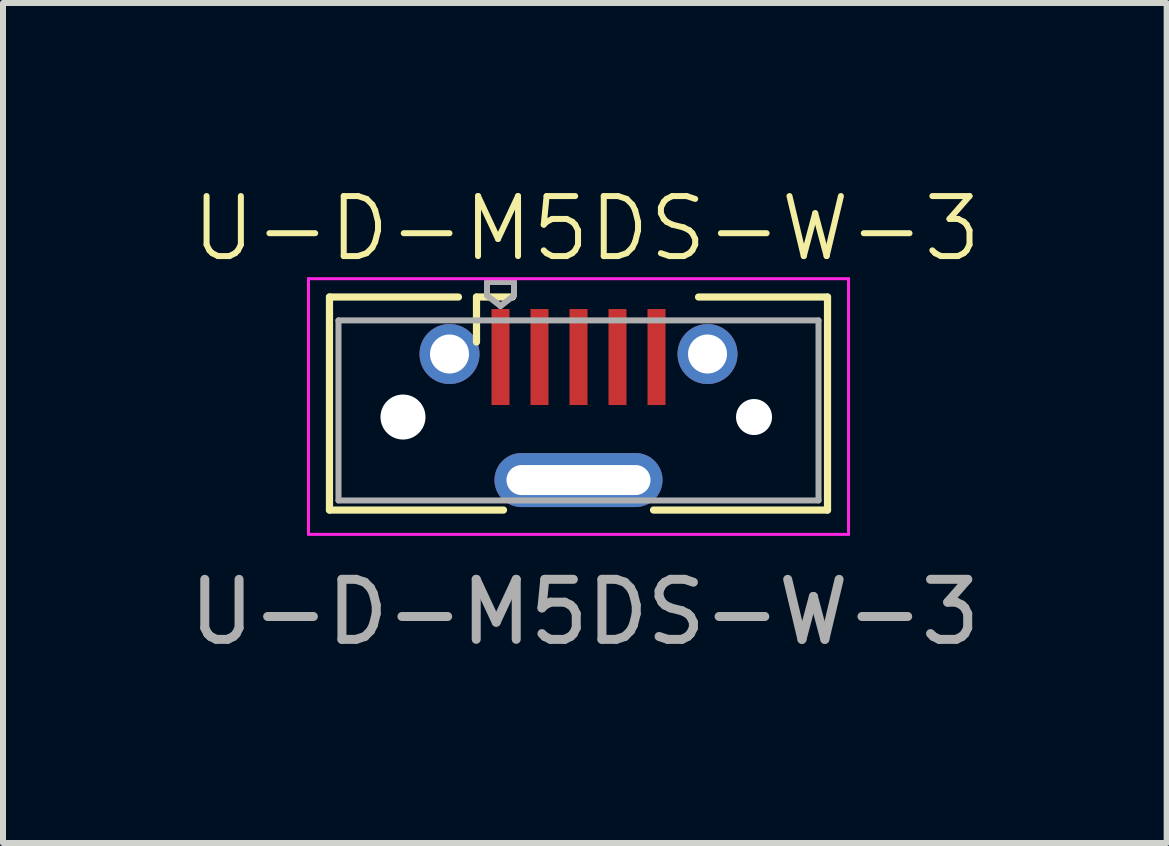
<source format=kicad_pcb>
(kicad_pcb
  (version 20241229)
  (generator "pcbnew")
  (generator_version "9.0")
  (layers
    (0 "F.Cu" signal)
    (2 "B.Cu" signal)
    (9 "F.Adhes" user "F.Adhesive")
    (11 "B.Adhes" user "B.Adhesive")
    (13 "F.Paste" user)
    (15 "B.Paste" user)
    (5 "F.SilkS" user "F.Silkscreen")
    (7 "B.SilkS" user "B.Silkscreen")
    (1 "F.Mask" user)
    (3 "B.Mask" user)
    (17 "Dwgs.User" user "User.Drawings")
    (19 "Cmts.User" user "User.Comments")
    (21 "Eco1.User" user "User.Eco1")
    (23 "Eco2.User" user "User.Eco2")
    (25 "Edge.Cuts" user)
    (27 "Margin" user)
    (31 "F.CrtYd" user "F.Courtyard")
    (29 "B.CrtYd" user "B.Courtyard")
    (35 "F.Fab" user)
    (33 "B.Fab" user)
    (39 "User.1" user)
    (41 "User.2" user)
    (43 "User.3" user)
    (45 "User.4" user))
  (footprint "U-D-M5DS-W-3"
    (layer "F.Cu")
    (at 6.591 4.95)
    (property "Reference" "U-D-M5DS-W-3" (at 0.135 -4.19 0) (unlocked yes) (layer "F.SilkS") (effects (font (size 1 1) (thickness 0.1))))
    (attr smd)
    (fp_line (start -4.15 -3.05) (end -4.15 0.5) (stroke (width 0.12) (type solid)) (layer "F.SilkS"))
    (fp_line (start -4.15 0.5) (end -1.25 0.5) (stroke (width 0.12) (type solid)) (layer "F.SilkS"))
    (fp_line (start -2 -3.05) (end -4.15 -3.05) (stroke (width 0.12) (type solid)) (layer "F.SilkS"))
    (fp_line (start -1.7 -3.05) (end -1.1 -3.05) (stroke (width 0.12) (type solid)) (layer "F.SilkS"))
    (fp_line (start -1.7 -2.3) (end -1.7 -3.05) (stroke (width 0.12) (type solid)) (layer "F.SilkS"))
    (fp_line (start 2 -3.05) (end 4.15 -3.05) (stroke (width 0.12) (type solid)) (layer "F.SilkS"))
    (fp_line (start 4.15 -3.05) (end 4.15 0.5) (stroke (width 0.12) (type solid)) (layer "F.SilkS"))
    (fp_line (start 4.15 0.5) (end 1.25 0.5) (stroke (width 0.12) (type solid)) (layer "F.SilkS"))
    (fp_line (start -4.5 -3.355) (end 4.5 -3.355) (stroke (width 0.05) (type solid)) (layer "F.CrtYd"))
    (fp_line (start -4.5 0.905) (end -4.5 -3.355) (stroke (width 0.05) (type solid)) (layer "F.CrtYd"))
    (fp_line (start -4.5 0.905) (end 4.5 0.905) (stroke (width 0.05) (type solid)) (layer "F.CrtYd"))
    (fp_line (start 4.5 0.905) (end 4.5 -3.355) (stroke (width 0.05) (type solid)) (layer "F.CrtYd"))
    (fp_line (start -4 0.34) (end -4 -2.66) (stroke (width 0.1) (type solid)) (layer "F.Fab"))
    (fp_line (start -4 0.34) (end 4 0.34) (stroke (width 0.1) (type solid)) (layer "F.Fab"))
    (fp_line (start -1.525 -3.3) (end -1.075 -3.3) (stroke (width 0.1) (type solid)) (layer "F.Fab"))
    (fp_line (start -1.525 -3.075) (end -1.525 -3.3) (stroke (width 0.1) (type solid)) (layer "F.Fab"))
    (fp_line (start -1.3 -2.9) (end -1.525 -3.075) (stroke (width 0.1) (type solid)) (layer "F.Fab"))
    (fp_line (start -1.3 -2.9) (end -1.075 -3.075) (stroke (width 0.1) (type solid)) (layer "F.Fab"))
    (fp_line (start -1.075 -3.3) (end -1.075 -3.075) (stroke (width 0.1) (type solid)) (layer "F.Fab"))
    (fp_line (start 4 -2.66) (end -4 -2.66) (stroke (width 0.1) (type solid)) (layer "F.Fab"))
    (fp_line (start 4 0.34) (end 4 -2.66) (stroke (width 0.1) (type solid)) (layer "F.Fab"))
    (fp_text user "${REFERENCE}" (at 0.105 2.2 0) (layer "F.Fab") (effects (font (size 1 1) (thickness 0.15))))
    (pad "" np_thru_hole circle (at -2.925 -1.05) (size 0.75 0.75) (drill 0.75) (layers "*.Cu" "*.Mask"))
    (pad "" np_thru_hole circle (at 2.925 -1.05) (size 0.6 0.6) (drill 0.6) (layers "*.Cu" "*.Mask"))
    (pad "1" smd rect (at -1.3 -2.05) (size 0.3 1.6) (layers "F.Cu" "F.Mask" "F.Paste"))
    (pad "2" smd rect (at -0.65 -2.05) (size 0.3 1.6) (layers "F.Cu" "F.Mask" "F.Paste"))
    (pad "3" smd rect (at 0 -2.05) (size 0.3 1.6) (layers "F.Cu" "F.Mask" "F.Paste"))
    (pad "4" smd rect (at 0.65 -2.05) (size 0.3 1.6) (layers "F.Cu" "F.Mask" "F.Paste"))
    (pad "5" smd rect (at 1.3 -2.05) (size 0.3 1.6) (layers "F.Cu" "F.Mask" "F.Paste"))
    (pad "6" thru_hole circle (at -2.15 -2.1) (size 1 1) (drill 0.65) (layers "*.Cu" "*.Mask"))
    (pad "6" thru_hole oval (at 0 0) (size 2.8 0.9) (drill oval 2.4 0.5) (layers "*.Cu" "*.Mask"))
    (pad "6" thru_hole circle (at 2.15 -2.1) (size 1 1) (drill 0.65) (layers "*.Cu" "*.Mask")))
  (gr_rect
    (start -3 -3)
    (end 16.393 10.999)
    (stroke (width 0.1) (type default))
    (fill no)
    (layer "Edge.Cuts")))
</source>
